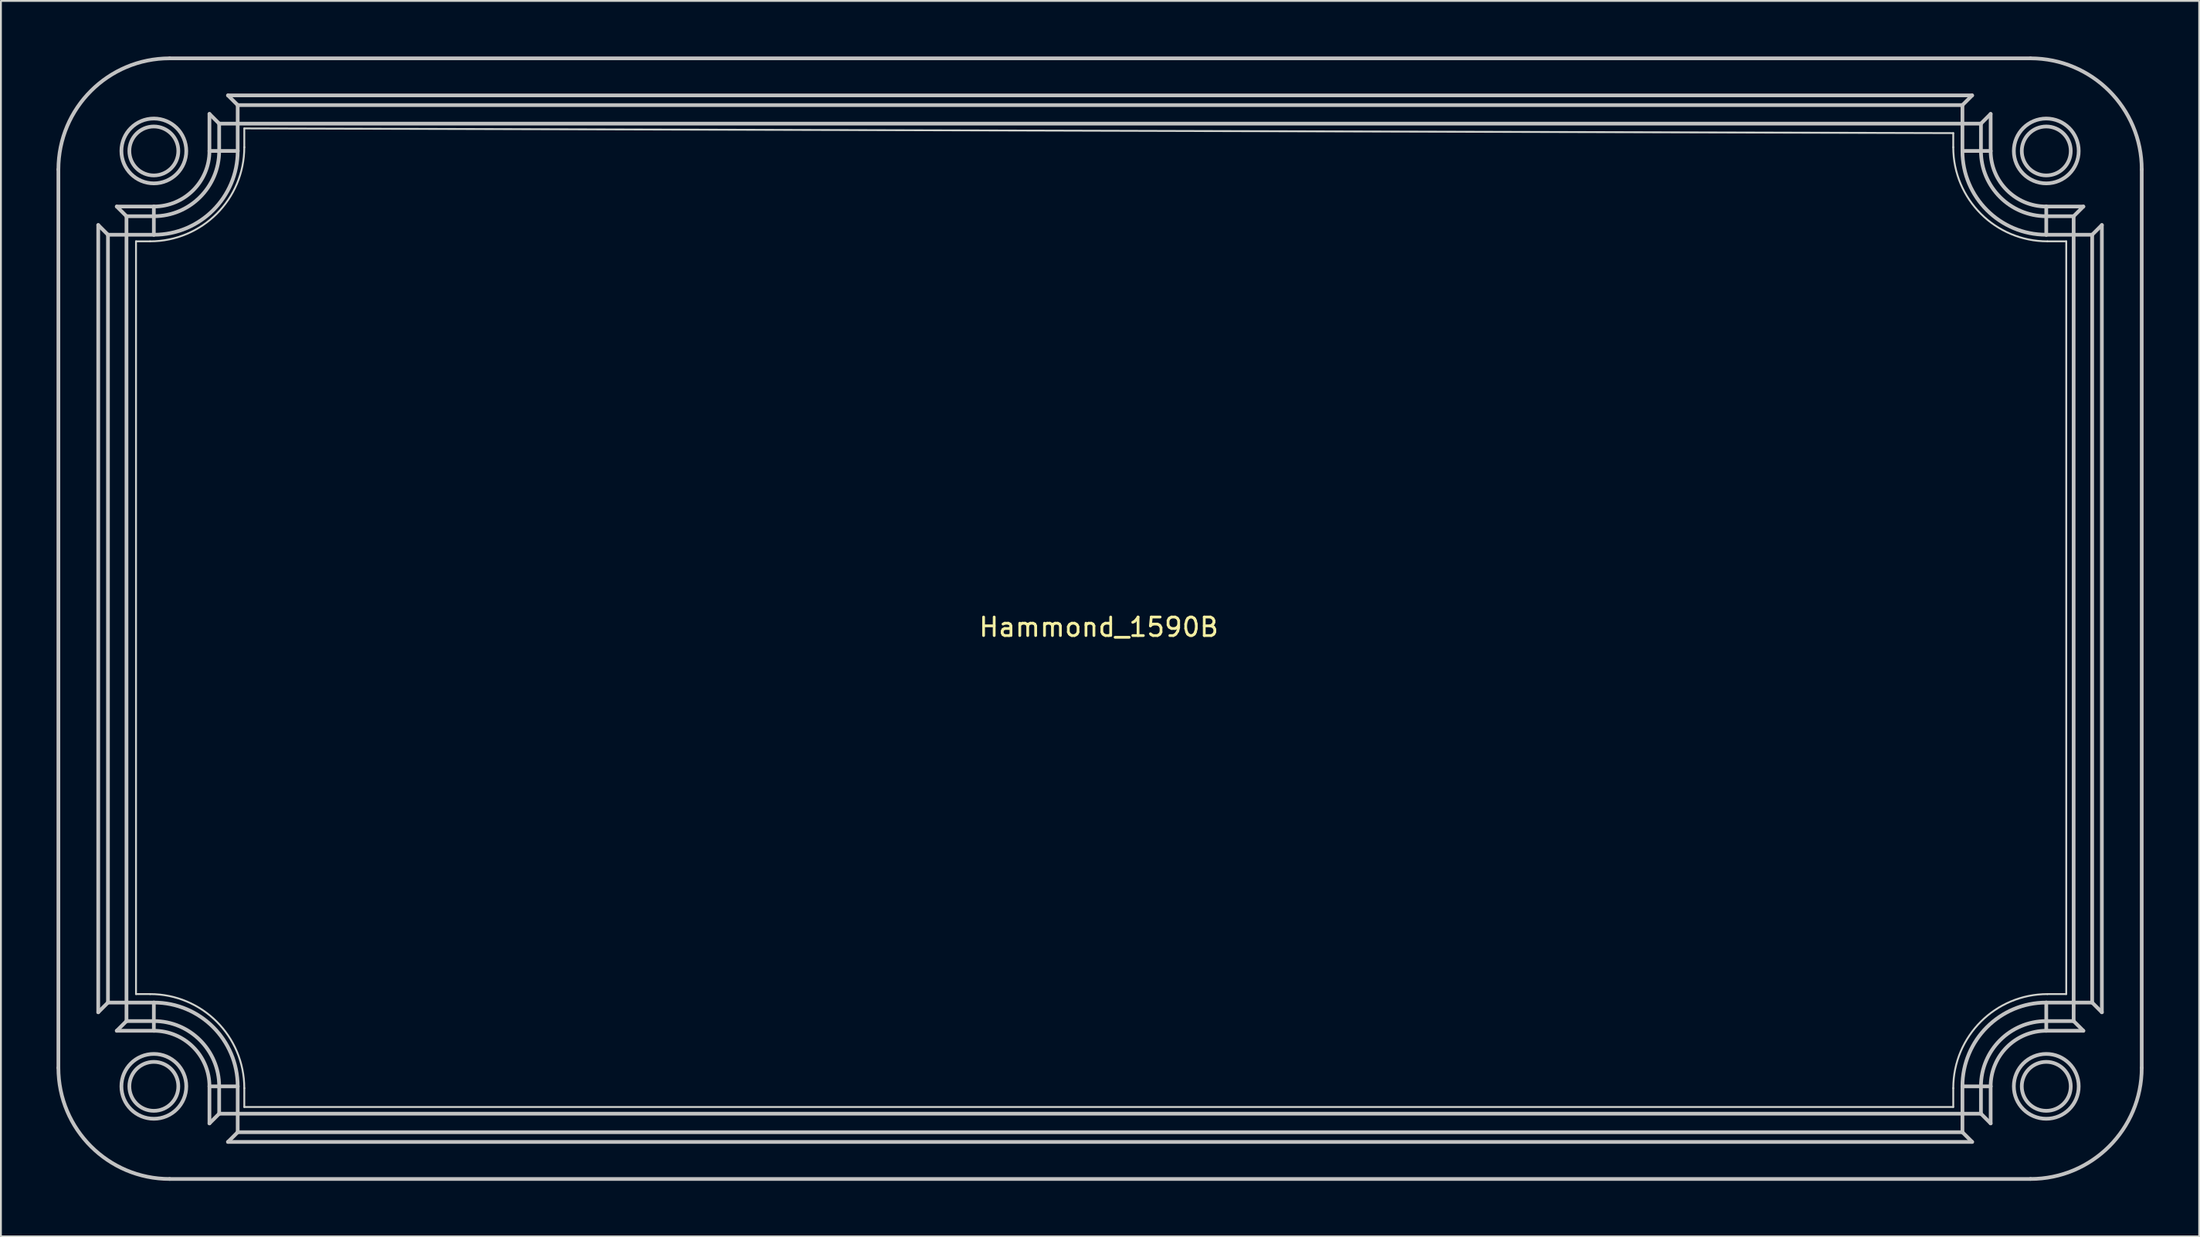
<source format=kicad_pcb>
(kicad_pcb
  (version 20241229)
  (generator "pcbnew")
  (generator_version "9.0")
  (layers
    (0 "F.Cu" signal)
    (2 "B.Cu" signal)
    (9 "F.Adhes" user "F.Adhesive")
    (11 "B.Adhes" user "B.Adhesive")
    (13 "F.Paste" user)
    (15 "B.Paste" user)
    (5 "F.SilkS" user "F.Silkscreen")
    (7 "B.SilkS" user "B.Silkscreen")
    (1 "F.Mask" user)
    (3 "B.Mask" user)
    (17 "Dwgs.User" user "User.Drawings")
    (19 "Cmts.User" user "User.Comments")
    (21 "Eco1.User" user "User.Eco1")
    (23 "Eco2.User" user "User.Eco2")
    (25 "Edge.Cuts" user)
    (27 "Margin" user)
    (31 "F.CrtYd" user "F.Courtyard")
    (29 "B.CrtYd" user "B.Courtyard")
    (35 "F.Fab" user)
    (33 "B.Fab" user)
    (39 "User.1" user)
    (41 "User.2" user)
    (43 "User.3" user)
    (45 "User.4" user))
  (footprint "Hammond_1590B"
    (layer "F.Cu")
    (at 56.231 30.299)
    (property "Reference" "Hammond_1590B" (at 0 0.508 0) (layer "F.SilkS") (effects (font (size 1 1) (thickness 0.15))))
    (attr through_hole)
    (fp_line (start -56.131 -24.199) (end -56.131 24.301) (stroke (width 0.2) (type solid)) (layer "Dwgs.User"))
    (fp_line (start -53.981 -21.199) (end -53.456 -20.675) (stroke (width 0.2) (type solid)) (layer "Dwgs.User"))
    (fp_line (start -53.981 21.301) (end -53.981 -21.199) (stroke (width 0.2) (type solid)) (layer "Dwgs.User"))
    (fp_line (start -53.456 -20.675) (end -53.456 20.777) (stroke (width 0.2) (type solid)) (layer "Dwgs.User"))
    (fp_line (start -53.456 -20.675) (end -52.457 -20.675) (stroke (width 0.2) (type solid)) (layer "Dwgs.User"))
    (fp_line (start -53.456 20.777) (end -53.981 21.301) (stroke (width 0.2) (type solid)) (layer "Dwgs.User"))
    (fp_line (start -52.981 -22.199) (end -50.981 -22.199) (stroke (width 0.2) (type solid)) (layer "Dwgs.User"))
    (fp_line (start -52.981 22.301) (end -52.457 21.777) (stroke (width 0.2) (type solid)) (layer "Dwgs.User"))
    (fp_line (start -52.457 -21.675) (end -52.981 -22.199) (stroke (width 0.2) (type solid)) (layer "Dwgs.User"))
    (fp_line (start -52.457 -20.675) (end -52.457 -21.675) (stroke (width 0.2) (type solid)) (layer "Dwgs.User"))
    (fp_line (start -52.457 -20.675) (end -50.981 -20.675) (stroke (width 0.2) (type solid)) (layer "Dwgs.User"))
    (fp_line (start -52.457 20.777) (end -53.456 20.777) (stroke (width 0.2) (type solid)) (layer "Dwgs.User"))
    (fp_line (start -52.457 20.777) (end -52.457 -20.675) (stroke (width 0.2) (type solid)) (layer "Dwgs.User"))
    (fp_line (start -52.457 21.777) (end -52.457 20.777) (stroke (width 0.2) (type solid)) (layer "Dwgs.User"))
    (fp_line (start -52.457 21.777) (end -50.981 21.777) (stroke (width 0.2) (type solid)) (layer "Dwgs.User"))
    (fp_line (start -50.981 -22.199) (end -50.981 -21.675) (stroke (width 0.2) (type solid)) (layer "Dwgs.User"))
    (fp_line (start -50.981 -21.675) (end -52.457 -21.675) (stroke (width 0.2) (type solid)) (layer "Dwgs.User"))
    (fp_line (start -50.981 -21.675) (end -50.981 -20.675) (stroke (width 0.2) (type solid)) (layer "Dwgs.User"))
    (fp_line (start -50.981 20.777) (end -52.457 20.777) (stroke (width 0.2) (type solid)) (layer "Dwgs.User"))
    (fp_line (start -50.981 21.777) (end -50.981 20.777) (stroke (width 0.2) (type solid)) (layer "Dwgs.User"))
    (fp_line (start -50.981 22.301) (end -52.981 22.301) (stroke (width 0.2) (type solid)) (layer "Dwgs.User"))
    (fp_line (start -50.981 22.301) (end -50.981 21.777) (stroke (width 0.2) (type solid)) (layer "Dwgs.User"))
    (fp_line (start -50.131 30.301) (end 50.269 30.301) (stroke (width 0.2) (type solid)) (layer "Dwgs.User"))
    (fp_line (start -47.981 -27.199) (end -47.456 -26.675) (stroke (width 0.2) (type solid)) (layer "Dwgs.User"))
    (fp_line (start -47.981 -25.199) (end -47.981 -27.199) (stroke (width 0.2) (type solid)) (layer "Dwgs.User"))
    (fp_line (start -47.981 -25.199) (end -47.456 -25.199) (stroke (width 0.2) (type solid)) (layer "Dwgs.User"))
    (fp_line (start -47.981 25.301) (end -47.456 25.301) (stroke (width 0.2) (type solid)) (layer "Dwgs.User"))
    (fp_line (start -47.981 27.301) (end -47.981 25.301) (stroke (width 0.2) (type solid)) (layer "Dwgs.User"))
    (fp_line (start -47.456 -26.675) (end -47.456 -25.199) (stroke (width 0.2) (type solid)) (layer "Dwgs.User"))
    (fp_line (start -47.456 -26.675) (end -46.457 -26.675) (stroke (width 0.2) (type solid)) (layer "Dwgs.User"))
    (fp_line (start -47.456 -25.199) (end -46.457 -25.199) (stroke (width 0.2) (type solid)) (layer "Dwgs.User"))
    (fp_line (start -47.456 25.301) (end -47.456 26.777) (stroke (width 0.2) (type solid)) (layer "Dwgs.User"))
    (fp_line (start -47.456 25.301) (end -46.457 25.301) (stroke (width 0.2) (type solid)) (layer "Dwgs.User"))
    (fp_line (start -47.456 26.777) (end -47.981 27.301) (stroke (width 0.2) (type solid)) (layer "Dwgs.User"))
    (fp_line (start -46.981 -28.199) (end 47.12 -28.199) (stroke (width 0.2) (type solid)) (layer "Dwgs.User"))
    (fp_line (start -46.981 28.301) (end -46.457 27.777) (stroke (width 0.2) (type solid)) (layer "Dwgs.User"))
    (fp_line (start -46.457 -27.675) (end -46.981 -28.199) (stroke (width 0.2) (type solid)) (layer "Dwgs.User"))
    (fp_line (start -46.457 -26.675) (end -46.457 -27.675) (stroke (width 0.2) (type solid)) (layer "Dwgs.User"))
    (fp_line (start -46.457 -26.675) (end 46.596 -26.675) (stroke (width 0.2) (type solid)) (layer "Dwgs.User"))
    (fp_line (start -46.457 -25.199) (end -46.457 -26.675) (stroke (width 0.2) (type solid)) (layer "Dwgs.User"))
    (fp_line (start -46.457 26.777) (end -47.456 26.777) (stroke (width 0.2) (type solid)) (layer "Dwgs.User"))
    (fp_line (start -46.457 26.777) (end -46.457 25.301) (stroke (width 0.2) (type solid)) (layer "Dwgs.User"))
    (fp_line (start -46.457 27.777) (end -46.457 26.777) (stroke (width 0.2) (type solid)) (layer "Dwgs.User"))
    (fp_line (start -46.457 27.777) (end 46.596 27.777) (stroke (width 0.2) (type solid)) (layer "Dwgs.User"))
    (fp_line (start 46.596 -27.675) (end -46.457 -27.675) (stroke (width 0.2) (type solid)) (layer "Dwgs.User"))
    (fp_line (start 46.596 -27.675) (end 46.596 -26.675) (stroke (width 0.2) (type solid)) (layer "Dwgs.User"))
    (fp_line (start 46.596 -26.675) (end 46.596 -25.199) (stroke (width 0.2) (type solid)) (layer "Dwgs.User"))
    (fp_line (start 46.596 -26.675) (end 47.595 -26.675) (stroke (width 0.2) (type solid)) (layer "Dwgs.User"))
    (fp_line (start 46.596 -25.199) (end 47.595 -25.199) (stroke (width 0.2) (type solid)) (layer "Dwgs.User"))
    (fp_line (start 46.596 25.301) (end 46.596 26.777) (stroke (width 0.2) (type solid)) (layer "Dwgs.User"))
    (fp_line (start 46.596 25.301) (end 47.595 25.301) (stroke (width 0.2) (type solid)) (layer "Dwgs.User"))
    (fp_line (start 46.596 26.777) (end -46.457 26.777) (stroke (width 0.2) (type solid)) (layer "Dwgs.User"))
    (fp_line (start 46.596 26.777) (end 46.596 27.777) (stroke (width 0.2) (type solid)) (layer "Dwgs.User"))
    (fp_line (start 46.596 27.777) (end 47.12 28.301) (stroke (width 0.2) (type solid)) (layer "Dwgs.User"))
    (fp_line (start 47.12 -28.199) (end 46.596 -27.675) (stroke (width 0.2) (type solid)) (layer "Dwgs.User"))
    (fp_line (start 47.12 28.301) (end -46.981 28.301) (stroke (width 0.2) (type solid)) (layer "Dwgs.User"))
    (fp_line (start 47.595 -26.675) (end 48.119 -27.199) (stroke (width 0.2) (type solid)) (layer "Dwgs.User"))
    (fp_line (start 47.595 -25.199) (end 47.595 -26.675) (stroke (width 0.2) (type solid)) (layer "Dwgs.User"))
    (fp_line (start 47.595 26.777) (end 46.596 26.777) (stroke (width 0.2) (type solid)) (layer "Dwgs.User"))
    (fp_line (start 47.595 26.777) (end 47.595 25.301) (stroke (width 0.2) (type solid)) (layer "Dwgs.User"))
    (fp_line (start 48.119 -27.199) (end 48.119 -25.199) (stroke (width 0.2) (type solid)) (layer "Dwgs.User"))
    (fp_line (start 48.119 -25.199) (end 47.595 -25.199) (stroke (width 0.2) (type solid)) (layer "Dwgs.User"))
    (fp_line (start 48.119 25.301) (end 47.595 25.301) (stroke (width 0.2) (type solid)) (layer "Dwgs.User"))
    (fp_line (start 48.119 25.301) (end 48.119 27.301) (stroke (width 0.2) (type solid)) (layer "Dwgs.User"))
    (fp_line (start 48.119 27.301) (end 47.595 26.777) (stroke (width 0.2) (type solid)) (layer "Dwgs.User"))
    (fp_line (start 50.269 -30.199) (end -50.131 -30.199) (stroke (width 0.2) (type solid)) (layer "Dwgs.User"))
    (fp_line (start 51.119 -22.199) (end 51.119 -21.675) (stroke (width 0.2) (type solid)) (layer "Dwgs.User"))
    (fp_line (start 51.119 -22.199) (end 53.12 -22.199) (stroke (width 0.2) (type solid)) (layer "Dwgs.User"))
    (fp_line (start 51.119 -20.675) (end 51.119 -21.675) (stroke (width 0.2) (type solid)) (layer "Dwgs.User"))
    (fp_line (start 51.119 -20.675) (end 52.596 -20.675) (stroke (width 0.2) (type solid)) (layer "Dwgs.User"))
    (fp_line (start 51.119 20.777) (end 51.119 21.777) (stroke (width 0.2) (type solid)) (layer "Dwgs.User"))
    (fp_line (start 51.119 21.777) (end 52.596 21.777) (stroke (width 0.2) (type solid)) (layer "Dwgs.User"))
    (fp_line (start 51.119 22.301) (end 51.119 21.777) (stroke (width 0.2) (type solid)) (layer "Dwgs.User"))
    (fp_line (start 52.596 -21.675) (end 51.119 -21.675) (stroke (width 0.2) (type solid)) (layer "Dwgs.User"))
    (fp_line (start 52.596 -21.675) (end 52.596 -20.675) (stroke (width 0.2) (type solid)) (layer "Dwgs.User"))
    (fp_line (start 52.596 -20.675) (end 52.596 20.777) (stroke (width 0.2) (type solid)) (layer "Dwgs.User"))
    (fp_line (start 52.596 -20.675) (end 53.595 -20.675) (stroke (width 0.2) (type solid)) (layer "Dwgs.User"))
    (fp_line (start 52.596 20.777) (end 51.119 20.777) (stroke (width 0.2) (type solid)) (layer "Dwgs.User"))
    (fp_line (start 52.596 20.777) (end 52.596 21.777) (stroke (width 0.2) (type solid)) (layer "Dwgs.User"))
    (fp_line (start 52.596 21.777) (end 53.12 22.301) (stroke (width 0.2) (type solid)) (layer "Dwgs.User"))
    (fp_line (start 53.12 -22.199) (end 52.596 -21.675) (stroke (width 0.2) (type solid)) (layer "Dwgs.User"))
    (fp_line (start 53.12 22.301) (end 51.119 22.301) (stroke (width 0.2) (type solid)) (layer "Dwgs.User"))
    (fp_line (start 53.595 -20.675) (end 54.119 -21.199) (stroke (width 0.2) (type solid)) (layer "Dwgs.User"))
    (fp_line (start 53.595 20.777) (end 52.596 20.777) (stroke (width 0.2) (type solid)) (layer "Dwgs.User"))
    (fp_line (start 53.595 20.777) (end 53.595 -20.675) (stroke (width 0.2) (type solid)) (layer "Dwgs.User"))
    (fp_line (start 54.119 -21.199) (end 54.119 21.301) (stroke (width 0.2) (type solid)) (layer "Dwgs.User"))
    (fp_line (start 54.119 21.301) (end 53.595 20.777) (stroke (width 0.2) (type solid)) (layer "Dwgs.User"))
    (fp_line (start 56.269 24.301) (end 56.269 -24.199) (stroke (width 0.2) (type solid)) (layer "Dwgs.User"))
    (fp_arc (start -56.130507 -24.199243) (mid -54.373148 -28.441884) (end -50.130507 -30.199243) (stroke (width 0.2) (type solid)) (layer "Dwgs.User"))
    (fp_arc (start -50.980507 20.776837) (mid -47.781612 22.101862) (end -46.456587 25.300757) (stroke (width 0.2) (type solid)) (layer "Dwgs.User"))
    (fp_arc (start -50.980507 21.776599) (mid -48.488551 22.808801) (end -47.456349 25.300757) (stroke (width 0.2) (type solid)) (layer "Dwgs.User"))
    (fp_arc (start -50.980507 22.300757) (mid -48.859187 23.179437) (end -47.980507 25.300757) (stroke (width 0.2) (type solid)) (layer "Dwgs.User"))
    (fp_arc (start -50.130507 30.300757) (mid -54.373148 28.543398) (end -56.130507 24.300757) (stroke (width 0.2) (type solid)) (layer "Dwgs.User"))
    (fp_arc (start -47.980507 -25.199243) (mid -48.859187 -23.077923) (end -50.980507 -22.199243) (stroke (width 0.2) (type solid)) (layer "Dwgs.User"))
    (fp_arc (start -47.456349 -25.199243) (mid -48.488551 -22.707287) (end -50.980507 -21.675085) (stroke (width 0.2) (type solid)) (layer "Dwgs.User"))
    (fp_arc (start -46.456587 -25.199243) (mid -47.781612 -22.000348) (end -50.980507 -20.675323) (stroke (width 0.2) (type solid)) (layer "Dwgs.User"))
    (fp_arc (start 46.595573 25.300757) (mid 47.920598 22.101862) (end 51.119493 20.776837) (stroke (width 0.2) (type solid)) (layer "Dwgs.User"))
    (fp_arc (start 47.595335 25.300757) (mid 48.627537 22.808801) (end 51.119493 21.776599) (stroke (width 0.2) (type solid)) (layer "Dwgs.User"))
    (fp_arc (start 48.119493 25.300757) (mid 48.998173 23.179437) (end 51.119493 22.300757) (stroke (width 0.2) (type solid)) (layer "Dwgs.User"))
    (fp_arc (start 50.269493 -30.199243) (mid 54.512134 -28.441884) (end 56.269493 -24.199243) (stroke (width 0.2) (type solid)) (layer "Dwgs.User"))
    (fp_arc (start 51.119493 -22.199243) (mid 48.998173 -23.077923) (end 48.119493 -25.199243) (stroke (width 0.2) (type solid)) (layer "Dwgs.User"))
    (fp_arc (start 51.119493 -21.675085) (mid 48.627537 -22.707287) (end 47.595335 -25.199243) (stroke (width 0.2) (type solid)) (layer "Dwgs.User"))
    (fp_arc (start 51.119493 -20.675323) (mid 47.920598 -22.000348) (end 46.595573 -25.199243) (stroke (width 0.2) (type solid)) (layer "Dwgs.User"))
    (fp_arc (start 56.269493 24.300757) (mid 54.512134 28.543398) (end 50.269493 30.300757) (stroke (width 0.2) (type solid)) (layer "Dwgs.User"))
    (fp_circle (center -50.981 -25.199) (end -49.66 -25.199) (stroke (width 0.2) (type solid)) (fill no) (layer "Dwgs.User"))
    (fp_circle (center -50.981 -25.199) (end -49.231 -25.199) (stroke (width 0.2) (type solid)) (fill no) (layer "Dwgs.User"))
    (fp_circle (center -50.981 25.301) (end -49.66 25.301) (stroke (width 0.2) (type solid)) (fill no) (layer "Dwgs.User"))
    (fp_circle (center -50.981 25.301) (end -49.231 25.301) (stroke (width 0.2) (type solid)) (fill no) (layer "Dwgs.User"))
    (fp_circle (center 51.119 -25.199) (end 52.44 -25.199) (stroke (width 0.2) (type solid)) (fill no) (layer "Dwgs.User"))
    (fp_circle (center 51.119 -25.199) (end 52.869 -25.199) (stroke (width 0.2) (type solid)) (fill no) (layer "Dwgs.User"))
    (fp_circle (center 51.119 25.301) (end 52.44 25.301) (stroke (width 0.2) (type solid)) (fill no) (layer "Dwgs.User"))
    (fp_circle (center 51.119 25.301) (end 52.869 25.301) (stroke (width 0.2) (type solid)) (fill no) (layer "Dwgs.User"))
    (fp_line (start -51.943 -20.32) (end -51.943 20.32) (stroke (width 0.1) (type solid)) (layer "Edge.Cuts"))
    (fp_line (start -51.181 -20.32) (end -51.943 -20.32) (stroke (width 0.1) (type solid)) (layer "Edge.Cuts"))
    (fp_line (start -51.181 20.32) (end -51.943 20.32) (stroke (width 0.1) (type solid)) (layer "Edge.Cuts"))
    (fp_line (start -46.101 -26.416) (end 46.101 -26.162) (stroke (width 0.1) (type solid)) (layer "Edge.Cuts"))
    (fp_line (start -46.101 -25.4) (end -46.101 -26.416) (stroke (width 0.1) (type solid)) (layer "Edge.Cuts"))
    (fp_line (start -46.101 25.4) (end -46.101 26.416) (stroke (width 0.1) (type solid)) (layer "Edge.Cuts"))
    (fp_line (start -46.101 26.416) (end 46.101 26.416) (stroke (width 0.1) (type solid)) (layer "Edge.Cuts"))
    (fp_line (start 46.101 -25.4) (end 46.101 -26.162) (stroke (width 0.1) (type solid)) (layer "Edge.Cuts"))
    (fp_line (start 46.101 25.4) (end 46.101 26.416) (stroke (width 0.1) (type solid)) (layer "Edge.Cuts"))
    (fp_line (start 51.181 20.32) (end 52.197 20.32) (stroke (width 0.1) (type solid)) (layer "Edge.Cuts"))
    (fp_line (start 52.197 -20.32) (end 51.181 -20.32) (stroke (width 0.1) (type solid)) (layer "Edge.Cuts"))
    (fp_line (start 52.197 20.32) (end 52.197 -20.32) (stroke (width 0.1) (type solid)) (layer "Edge.Cuts"))
    (fp_arc (start -51.181 20.32) (mid -47.588898 21.807898) (end -46.101 25.4) (stroke (width 0.1) (type solid)) (layer "Edge.Cuts"))
    (fp_arc (start -46.101 -25.4) (mid -47.588898 -21.807898) (end -51.181 -20.32) (stroke (width 0.1) (type solid)) (layer "Edge.Cuts"))
    (fp_arc (start 46.101 25.4) (mid 47.588898 21.807898) (end 51.181 20.32) (stroke (width 0.1) (type solid)) (layer "Edge.Cuts"))
    (fp_arc (start 51.181 -20.32) (mid 47.588898 -21.807898) (end 46.101 -25.4) (stroke (width 0.1) (type solid)) (layer "Edge.Cuts")))
  (gr_rect
    (start -3 -3)
    (end 115.6 63.7)
    (stroke (width 0.1) (type default))
    (fill no)
    (layer "Edge.Cuts")))
</source>
